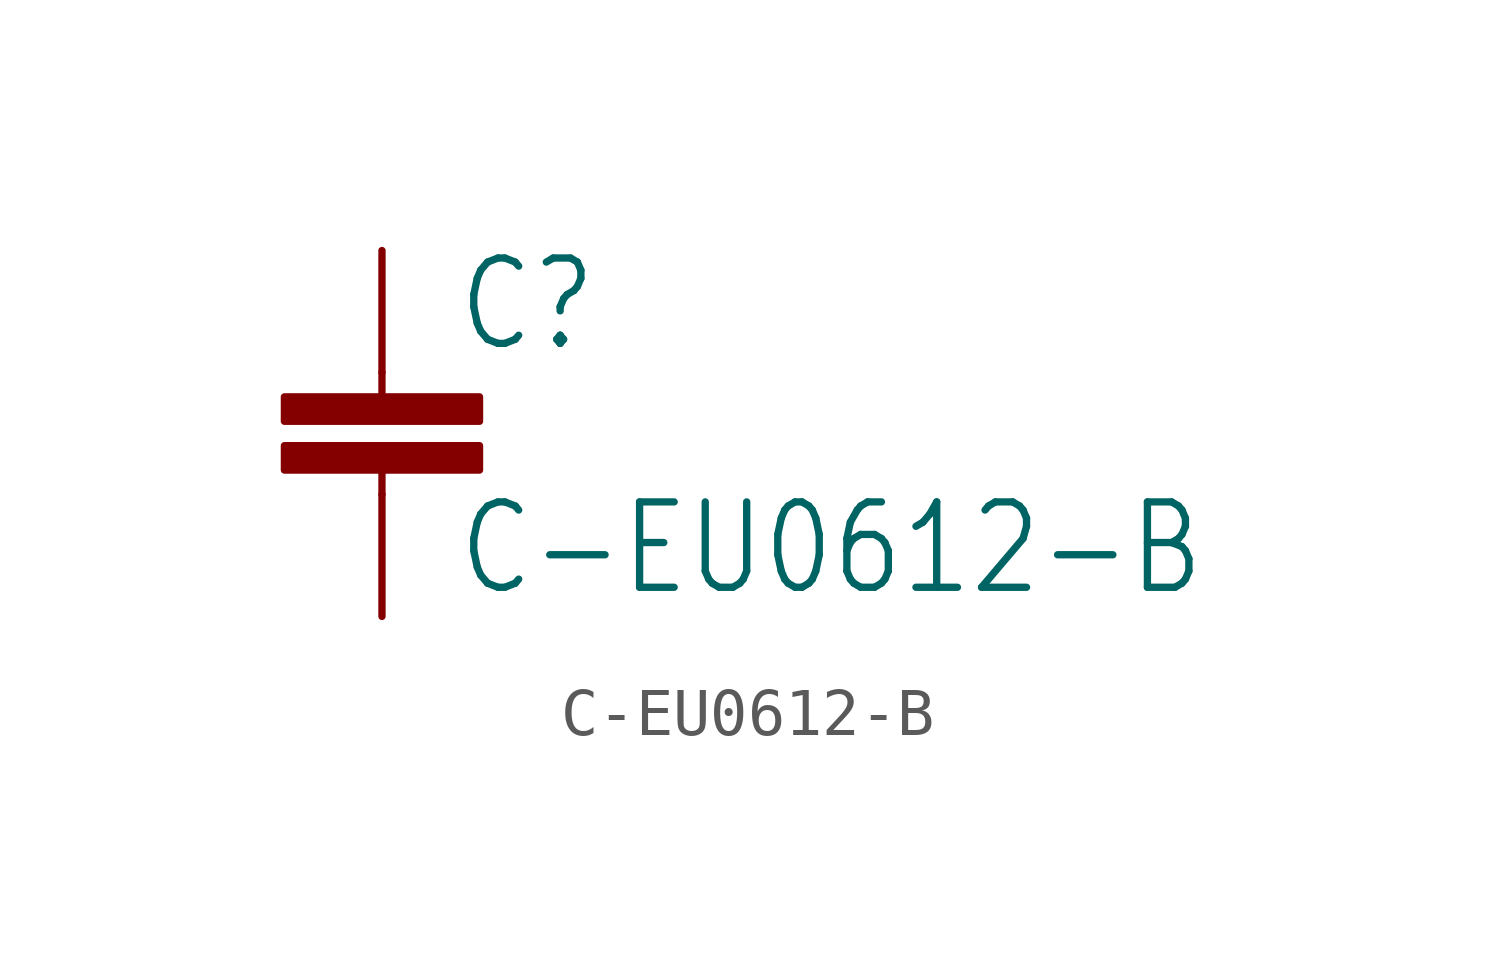
<source format=kicad_sym>
(kicad_symbol_lib
  (version 20210619)
  (generator kicad_symbol_editor)
  (symbol "C-EU0612-B"
    (property "Reference" "C"
      (at 1.524 0.381 0)
      (effects (font (size 1.778 1.511)) (justify left bottom)))
    (property "Value" "C-EU0612-B"
      (at 1.524 -4.699 0)
      (effects (font (size 1.778 1.511)) (justify left bottom)))
    (property "ki_locked" ""
      (at 0 0 0)
      (effects (font (size 1.27 1.27))))
    (symbol "C-EU0612-B_1_0"
      (rectangle (start -2.032 -2.032) (end 2.032 -1.524) (stroke (width 0)) (fill (type outline)))
      (rectangle (start -2.032 -1.016) (end 2.032 -0.508) (stroke (width 0)) (fill (type outline)))
      (polyline (pts (xy 0 -2.54) (xy 0 -2.032)) (stroke (width 0.152)) (fill (type none)))
      (polyline (pts (xy 0 0) (xy 0 -0.508)) (stroke (width 0.152)) (fill (type none)))
      (pin passive line (at 0 2.54 270) (length 2.54) (name "1" (effects (font (size 0 0)))) (number "1" (effects (font (size 0 0)))))
      (pin passive line (at 0 -5.08 90) (length 2.54) (name "2" (effects (font (size 0 0)))) (number "2" (effects (font (size 0 0))))))))
</source>
